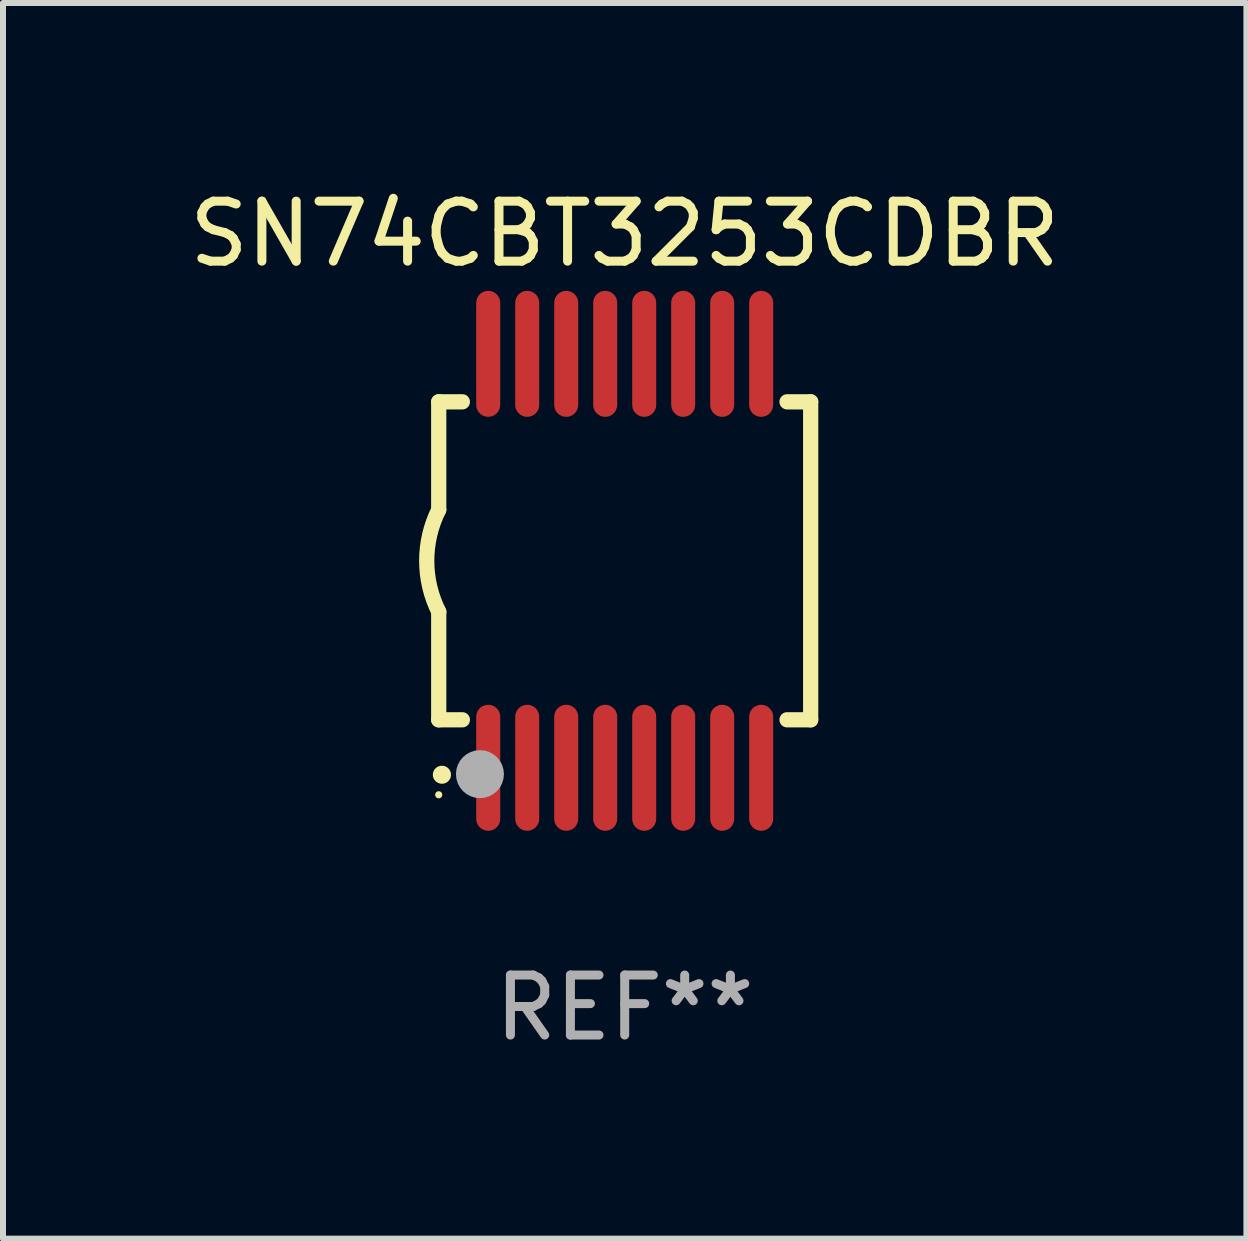
<source format=kicad_pcb>
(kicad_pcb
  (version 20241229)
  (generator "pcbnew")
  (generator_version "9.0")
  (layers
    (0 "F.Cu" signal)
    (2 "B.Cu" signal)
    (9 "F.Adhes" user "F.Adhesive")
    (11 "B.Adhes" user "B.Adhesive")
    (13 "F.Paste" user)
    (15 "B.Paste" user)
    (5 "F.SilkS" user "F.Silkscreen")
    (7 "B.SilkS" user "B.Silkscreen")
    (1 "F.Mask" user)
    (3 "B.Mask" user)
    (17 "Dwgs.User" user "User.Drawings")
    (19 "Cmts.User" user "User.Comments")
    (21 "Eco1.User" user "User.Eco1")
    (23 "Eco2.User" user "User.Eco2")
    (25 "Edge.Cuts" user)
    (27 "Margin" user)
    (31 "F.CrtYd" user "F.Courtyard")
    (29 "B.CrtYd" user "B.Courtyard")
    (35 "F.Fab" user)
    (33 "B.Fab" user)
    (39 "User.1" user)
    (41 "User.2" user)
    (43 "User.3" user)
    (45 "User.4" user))
  (footprint "SN74CBT3253CDBR"
    (layer "F.Cu")
    (at 7.363 6.298)
    (property "Reference" "SN74CBT3253CDBR" (at 0 -5.45 0) (layer "F.SilkS") (effects (font (size 1 1) (thickness 0.15))))
    (attr through_hole)
    (fp_line (start -3.1 -2.65) (end -3.1 -0.85) (stroke (width 0.254) (type solid)) (layer "F.SilkS"))
    (fp_line (start -3.1 -2.65) (end -2.706 -2.65) (stroke (width 0.254) (type solid)) (layer "F.SilkS"))
    (fp_line (start -3.1 2.65) (end -3.1 0.85) (stroke (width 0.254) (type solid)) (layer "F.SilkS"))
    (fp_line (start -3.1 2.65) (end -2.706 2.65) (stroke (width 0.254) (type solid)) (layer "F.SilkS"))
    (fp_line (start 2.706 -2.65) (end 3.1 -2.65) (stroke (width 0.254) (type solid)) (layer "F.SilkS"))
    (fp_line (start 2.706 2.65) (end 3.1 2.65) (stroke (width 0.254) (type solid)) (layer "F.SilkS"))
    (fp_line (start 3.1 -2.65) (end 3.1 2.65) (stroke (width 0.254) (type solid)) (layer "F.SilkS"))
    (fp_arc (start -3.098907 0.850902) (mid -3.300057 0.000523) (end -3.1 -0.850114) (stroke (width 0.254001) (type solid)) (layer "F.SilkS"))
    (fp_arc (start -3.048006 3.566066) (mid -3.046736 3.566061) (end -3.045466 3.566066) (stroke (width 0.3) (type solid)) (layer "F.SilkS"))
    (fp_circle (center -3.1 3.9) (end -3.07 3.9) (stroke (width 0.06) (type solid)) (fill no) (layer "F.SilkS"))
    (fp_circle (center -2.413 3.556) (end -2.213 3.556) (stroke (width 0.4) (type solid)) (fill no) (layer "F.Fab"))
    (fp_text user "REF**" (at 0 7.45 0) (layer "F.Fab") (effects (font (size 1 1) (thickness 0.15))))
    (pad "1" smd oval (at -2.275 3.45 180) (size 0.4 2.1) (layers "F.Cu" "F.Mask" "F.Paste"))
    (pad "2" smd oval (at -1.625 3.45 180) (size 0.4 2.1) (layers "F.Cu" "F.Mask" "F.Paste"))
    (pad "3" smd oval (at -0.975 3.45 180) (size 0.4 2.1) (layers "F.Cu" "F.Mask" "F.Paste"))
    (pad "4" smd oval (at -0.325 3.45 180) (size 0.4 2.1) (layers "F.Cu" "F.Mask" "F.Paste"))
    (pad "5" smd oval (at 0.325 3.45 180) (size 0.4 2.1) (layers "F.Cu" "F.Mask" "F.Paste"))
    (pad "6" smd oval (at 0.975 3.45 180) (size 0.4 2.1) (layers "F.Cu" "F.Mask" "F.Paste"))
    (pad "7" smd oval (at 1.625 3.45 180) (size 0.4 2.1) (layers "F.Cu" "F.Mask" "F.Paste"))
    (pad "8" smd oval (at 2.275 3.45 180) (size 0.4 2.1) (layers "F.Cu" "F.Mask" "F.Paste"))
    (pad "9" smd oval (at 2.275 -3.45 180) (size 0.4 2.1) (layers "F.Cu" "F.Mask" "F.Paste"))
    (pad "10" smd oval (at 1.625 -3.45 180) (size 0.4 2.1) (layers "F.Cu" "F.Mask" "F.Paste"))
    (pad "11" smd oval (at 0.975 -3.45 180) (size 0.4 2.1) (layers "F.Cu" "F.Mask" "F.Paste"))
    (pad "12" smd oval (at 0.325 -3.45 180) (size 0.4 2.1) (layers "F.Cu" "F.Mask" "F.Paste"))
    (pad "13" smd oval (at -0.325 -3.45 180) (size 0.4 2.1) (layers "F.Cu" "F.Mask" "F.Paste"))
    (pad "14" smd oval (at -0.975 -3.45 180) (size 0.4 2.1) (layers "F.Cu" "F.Mask" "F.Paste"))
    (pad "15" smd oval (at -1.625 -3.45 180) (size 0.4 2.1) (layers "F.Cu" "F.Mask" "F.Paste"))
    (pad "16" smd oval (at -2.275 -3.45 180) (size 0.4 2.1) (layers "F.Cu" "F.Mask" "F.Paste")))
  (gr_rect
    (start -3 -3)
    (end 17.726 17.597)
    (stroke (width 0.1) (type default))
    (fill no)
    (layer "Edge.Cuts")))
</source>
